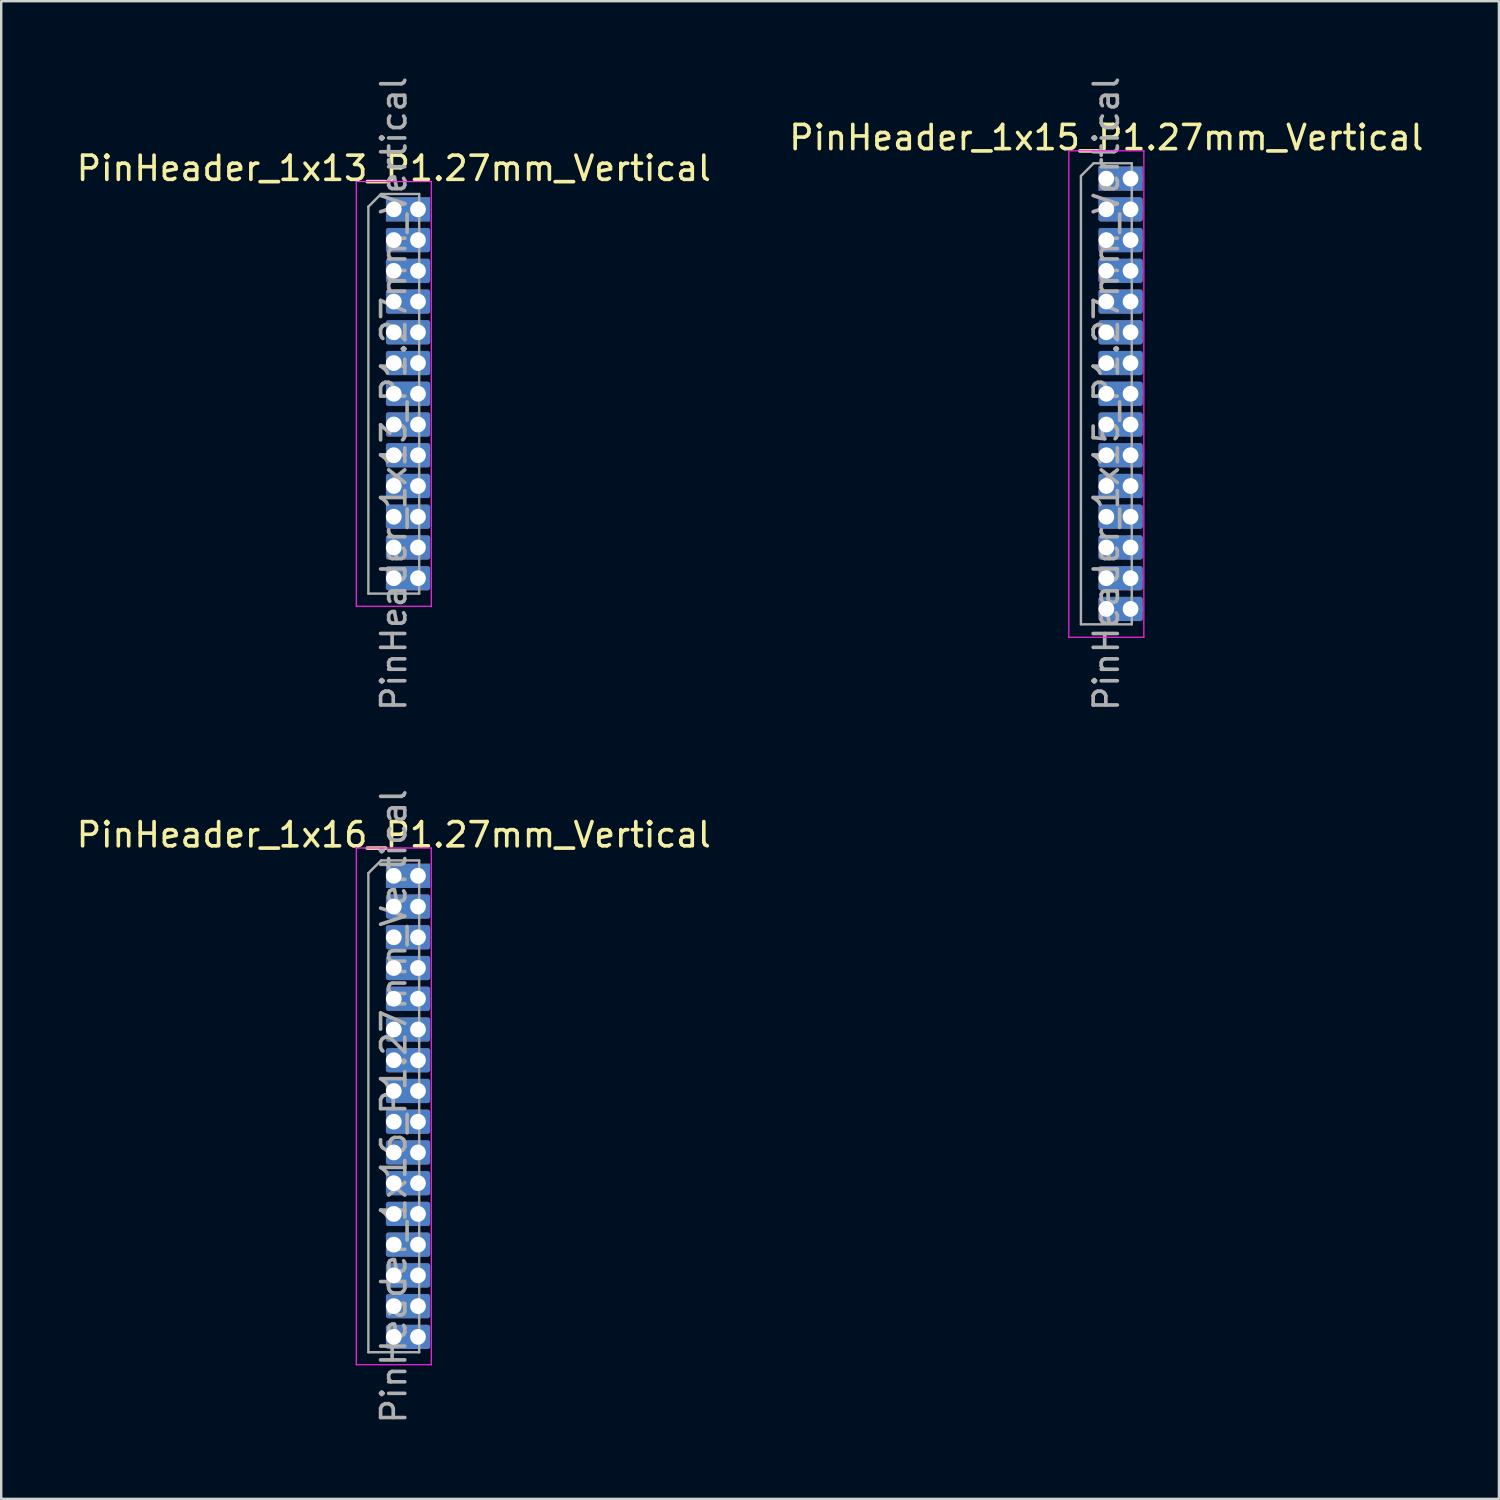
<source format=kicad_pcb>
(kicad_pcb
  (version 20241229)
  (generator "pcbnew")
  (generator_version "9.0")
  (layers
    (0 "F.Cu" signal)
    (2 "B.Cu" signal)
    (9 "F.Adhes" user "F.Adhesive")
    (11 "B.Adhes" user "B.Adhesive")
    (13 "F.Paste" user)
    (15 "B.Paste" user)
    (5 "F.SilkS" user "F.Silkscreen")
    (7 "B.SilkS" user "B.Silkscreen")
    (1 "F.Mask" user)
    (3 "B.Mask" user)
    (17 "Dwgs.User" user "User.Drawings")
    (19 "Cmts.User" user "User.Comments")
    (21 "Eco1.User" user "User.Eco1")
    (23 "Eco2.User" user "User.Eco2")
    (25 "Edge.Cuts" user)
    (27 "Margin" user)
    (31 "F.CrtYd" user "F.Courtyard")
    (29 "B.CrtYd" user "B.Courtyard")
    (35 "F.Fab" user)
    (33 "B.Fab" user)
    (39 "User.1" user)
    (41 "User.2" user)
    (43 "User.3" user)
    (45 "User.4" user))
  (footprint "PinHeader_1x16_P1.27mm_Vertical"
    (layer "F.Cu")
    (at 13.22 33.136)
    (property "Reference" "PinHeader_1x16_P1.27mm_Vertical" (at 0 -1.695 0) (layer "F.SilkS") (effects (font (size 1 1) (thickness 0.15))))
    (attr through_hole)
    (fp_line (start -1.55 -1.15) (end -1.55 20.2) (stroke (width 0.05) (type solid)) (layer "F.CrtYd"))
    (fp_line (start -1.55 20.2) (end 1.55 20.2) (stroke (width 0.05) (type solid)) (layer "F.CrtYd"))
    (fp_line (start 1.55 -1.15) (end -1.55 -1.15) (stroke (width 0.05) (type solid)) (layer "F.CrtYd"))
    (fp_line (start 1.55 20.2) (end 1.55 -1.15) (stroke (width 0.05) (type solid)) (layer "F.CrtYd"))
    (fp_line (start -1.05 -0.11) (end -0.525 -0.635) (stroke (width 0.1) (type solid)) (layer "F.Fab"))
    (fp_line (start -1.05 19.685) (end -1.05 -0.11) (stroke (width 0.1) (type solid)) (layer "F.Fab"))
    (fp_line (start -0.525 -0.635) (end 1.05 -0.635) (stroke (width 0.1) (type solid)) (layer "F.Fab"))
    (fp_line (start 1.05 -0.635) (end 1.05 19.685) (stroke (width 0.1) (type solid)) (layer "F.Fab"))
    (fp_line (start 1.05 19.685) (end -1.05 19.685) (stroke (width 0.1) (type solid)) (layer "F.Fab"))
    (fp_text user "${REFERENCE}" (at 0 9.525 90) (layer "F.Fab") (effects (font (size 1 1) (thickness 0.15))))
    (pad "1" thru_hole rect (at 0 0) (size 1.825 1) (drill 0.65 (offset 0.588 0)) (property pad_prop_castellated) (layers "*.Cu" "*.Mask"))
    (pad "1" thru_hole circle (at 1 0) (size 1 1) (drill 0.65) (layers "*.Cu" "*.Mask"))
    (pad "2" thru_hole roundrect (at 0 1.27) (size 1.825 1) (drill 0.65 (offset 0.588 0)) (property pad_prop_castellated) (layers "*.Cu" "*.Mask") (roundrect_rratio 0.1))
    (pad "2" thru_hole circle (at 1 1.27) (size 1 1) (drill 0.65) (layers "*.Cu" "*.Mask"))
    (pad "3" thru_hole roundrect (at 0 2.54) (size 1.825 1) (drill 0.65 (offset 0.588 0)) (property pad_prop_castellated) (layers "*.Cu" "*.Mask") (roundrect_rratio 0.1))
    (pad "3" thru_hole circle (at 1 2.54) (size 1 1) (drill 0.65) (layers "*.Cu" "*.Mask"))
    (pad "4" thru_hole roundrect (at 0 3.81) (size 1.825 1) (drill 0.65 (offset 0.588 0)) (property pad_prop_castellated) (layers "*.Cu" "*.Mask") (roundrect_rratio 0.1))
    (pad "4" thru_hole circle (at 1 3.81) (size 1 1) (drill 0.65) (layers "*.Cu" "*.Mask"))
    (pad "5" thru_hole roundrect (at 0 5.08) (size 1.825 1) (drill 0.65 (offset 0.588 0)) (property pad_prop_castellated) (layers "*.Cu" "*.Mask") (roundrect_rratio 0.1))
    (pad "5" thru_hole circle (at 1 5.08) (size 1 1) (drill 0.65) (layers "*.Cu" "*.Mask"))
    (pad "6" thru_hole roundrect (at 0 6.35) (size 1.825 1) (drill 0.65 (offset 0.588 0)) (property pad_prop_castellated) (layers "*.Cu" "*.Mask") (roundrect_rratio 0.1))
    (pad "6" thru_hole circle (at 1 6.35) (size 1 1) (drill 0.65) (layers "*.Cu" "*.Mask"))
    (pad "7" thru_hole roundrect (at 0 7.62) (size 1.825 1) (drill 0.65 (offset 0.588 0)) (property pad_prop_castellated) (layers "*.Cu" "*.Mask") (roundrect_rratio 0.1))
    (pad "7" thru_hole circle (at 1 7.62) (size 1 1) (drill 0.65) (layers "*.Cu" "*.Mask"))
    (pad "8" thru_hole roundrect (at 0 8.89) (size 1.825 1) (drill 0.65 (offset 0.588 0)) (property pad_prop_castellated) (layers "*.Cu" "*.Mask") (roundrect_rratio 0.1))
    (pad "8" thru_hole circle (at 1 8.89) (size 1 1) (drill 0.65) (layers "*.Cu" "*.Mask"))
    (pad "9" thru_hole roundrect (at 0 10.16) (size 1.825 1) (drill 0.65 (offset 0.588 0)) (property pad_prop_castellated) (layers "*.Cu" "*.Mask") (roundrect_rratio 0.1))
    (pad "9" thru_hole circle (at 1 10.16) (size 1 1) (drill 0.65) (layers "*.Cu" "*.Mask"))
    (pad "10" thru_hole roundrect (at 0 11.43) (size 1.825 1) (drill 0.65 (offset 0.588 0)) (property pad_prop_castellated) (layers "*.Cu" "*.Mask") (roundrect_rratio 0.1))
    (pad "10" thru_hole circle (at 1 11.43) (size 1 1) (drill 0.65) (layers "*.Cu" "*.Mask"))
    (pad "11" thru_hole roundrect (at 0 12.7) (size 1.825 1) (drill 0.65 (offset 0.588 0)) (property pad_prop_castellated) (layers "*.Cu" "*.Mask") (roundrect_rratio 0.1))
    (pad "11" thru_hole circle (at 1 12.7) (size 1 1) (drill 0.65) (layers "*.Cu" "*.Mask"))
    (pad "12" thru_hole roundrect (at 0 13.97) (size 1.825 1) (drill 0.65 (offset 0.588 0)) (property pad_prop_castellated) (layers "*.Cu" "*.Mask") (roundrect_rratio 0.1))
    (pad "12" thru_hole circle (at 1 13.97) (size 1 1) (drill 0.65) (layers "*.Cu" "*.Mask"))
    (pad "13" thru_hole roundrect (at 0 15.24) (size 1.825 1) (drill 0.65 (offset 0.588 0)) (property pad_prop_castellated) (layers "*.Cu" "*.Mask") (roundrect_rratio 0.1))
    (pad "13" thru_hole circle (at 1 15.24) (size 1 1) (drill 0.65) (layers "*.Cu" "*.Mask"))
    (pad "14" thru_hole roundrect (at 0 16.51) (size 1.825 1) (drill 0.65 (offset 0.588 0)) (property pad_prop_castellated) (layers "*.Cu" "*.Mask") (roundrect_rratio 0.1))
    (pad "14" thru_hole circle (at 1 16.51) (size 1 1) (drill 0.65) (layers "*.Cu" "*.Mask"))
    (pad "15" thru_hole roundrect (at 0 17.78) (size 1.825 1) (drill 0.65 (offset 0.588 0)) (property pad_prop_castellated) (layers "*.Cu" "*.Mask") (roundrect_rratio 0.1))
    (pad "15" thru_hole circle (at 1 17.78) (size 1 1) (drill 0.65) (layers "*.Cu" "*.Mask"))
    (pad "16" thru_hole roundrect (at 0 19.05) (size 1.825 1) (drill 0.65 (offset 0.588 0)) (property pad_prop_castellated) (layers "*.Cu" "*.Mask") (roundrect_rratio 0.1))
    (pad "16" thru_hole circle (at 1 19.05) (size 1 1) (drill 0.65) (layers "*.Cu" "*.Mask")))
  (footprint "PinHeader_1x15_P1.27mm_Vertical"
    (layer "F.Cu")
    (at 42.661 4.33)
    (property "Reference" "PinHeader_1x15_P1.27mm_Vertical" (at 0 -1.695 0) (layer "F.SilkS") (effects (font (size 1 1) (thickness 0.15))))
    (attr through_hole)
    (fp_line (start -1.55 -1.15) (end -1.55 18.95) (stroke (width 0.05) (type solid)) (layer "F.CrtYd"))
    (fp_line (start -1.55 18.95) (end 1.55 18.95) (stroke (width 0.05) (type solid)) (layer "F.CrtYd"))
    (fp_line (start 1.55 -1.15) (end -1.55 -1.15) (stroke (width 0.05) (type solid)) (layer "F.CrtYd"))
    (fp_line (start 1.55 18.95) (end 1.55 -1.15) (stroke (width 0.05) (type solid)) (layer "F.CrtYd"))
    (fp_line (start -1.05 -0.11) (end -0.525 -0.635) (stroke (width 0.1) (type solid)) (layer "F.Fab"))
    (fp_line (start -1.05 18.415) (end -1.05 -0.11) (stroke (width 0.1) (type solid)) (layer "F.Fab"))
    (fp_line (start -0.525 -0.635) (end 1.05 -0.635) (stroke (width 0.1) (type solid)) (layer "F.Fab"))
    (fp_line (start 1.05 -0.635) (end 1.05 18.415) (stroke (width 0.1) (type solid)) (layer "F.Fab"))
    (fp_line (start 1.05 18.415) (end -1.05 18.415) (stroke (width 0.1) (type solid)) (layer "F.Fab"))
    (fp_text user "${REFERENCE}" (at 0 8.89 90) (layer "F.Fab") (effects (font (size 1 1) (thickness 0.15))))
    (pad "1" thru_hole rect (at 0 0) (size 1.825 1) (drill 0.65 (offset 0.588 0)) (property pad_prop_castellated) (layers "*.Cu" "*.Mask"))
    (pad "1" thru_hole circle (at 1 0) (size 1 1) (drill 0.65) (layers "*.Cu" "*.Mask"))
    (pad "2" thru_hole roundrect (at 0 1.27) (size 1.825 1) (drill 0.65 (offset 0.588 0)) (property pad_prop_castellated) (layers "*.Cu" "*.Mask") (roundrect_rratio 0.1))
    (pad "2" thru_hole circle (at 1 1.27) (size 1 1) (drill 0.65) (layers "*.Cu" "*.Mask"))
    (pad "3" thru_hole roundrect (at 0 2.54) (size 1.825 1) (drill 0.65 (offset 0.588 0)) (property pad_prop_castellated) (layers "*.Cu" "*.Mask") (roundrect_rratio 0.1))
    (pad "3" thru_hole circle (at 1 2.54) (size 1 1) (drill 0.65) (layers "*.Cu" "*.Mask"))
    (pad "4" thru_hole roundrect (at 0 3.81) (size 1.825 1) (drill 0.65 (offset 0.588 0)) (property pad_prop_castellated) (layers "*.Cu" "*.Mask") (roundrect_rratio 0.1))
    (pad "4" thru_hole circle (at 1 3.81) (size 1 1) (drill 0.65) (layers "*.Cu" "*.Mask"))
    (pad "5" thru_hole roundrect (at 0 5.08) (size 1.825 1) (drill 0.65 (offset 0.588 0)) (property pad_prop_castellated) (layers "*.Cu" "*.Mask") (roundrect_rratio 0.1))
    (pad "5" thru_hole circle (at 1 5.08) (size 1 1) (drill 0.65) (layers "*.Cu" "*.Mask"))
    (pad "6" thru_hole roundrect (at 0 6.35) (size 1.825 1) (drill 0.65 (offset 0.588 0)) (property pad_prop_castellated) (layers "*.Cu" "*.Mask") (roundrect_rratio 0.1))
    (pad "6" thru_hole circle (at 1 6.35) (size 1 1) (drill 0.65) (layers "*.Cu" "*.Mask"))
    (pad "7" thru_hole roundrect (at 0 7.62) (size 1.825 1) (drill 0.65 (offset 0.588 0)) (property pad_prop_castellated) (layers "*.Cu" "*.Mask") (roundrect_rratio 0.1))
    (pad "7" thru_hole circle (at 1 7.62) (size 1 1) (drill 0.65) (layers "*.Cu" "*.Mask"))
    (pad "8" thru_hole roundrect (at 0 8.89) (size 1.825 1) (drill 0.65 (offset 0.588 0)) (property pad_prop_castellated) (layers "*.Cu" "*.Mask") (roundrect_rratio 0.1))
    (pad "8" thru_hole circle (at 1 8.89) (size 1 1) (drill 0.65) (layers "*.Cu" "*.Mask"))
    (pad "9" thru_hole roundrect (at 0 10.16) (size 1.825 1) (drill 0.65 (offset 0.588 0)) (property pad_prop_castellated) (layers "*.Cu" "*.Mask") (roundrect_rratio 0.1))
    (pad "9" thru_hole circle (at 1 10.16) (size 1 1) (drill 0.65) (layers "*.Cu" "*.Mask"))
    (pad "10" thru_hole roundrect (at 0 11.43) (size 1.825 1) (drill 0.65 (offset 0.588 0)) (property pad_prop_castellated) (layers "*.Cu" "*.Mask") (roundrect_rratio 0.1))
    (pad "10" thru_hole circle (at 1 11.43) (size 1 1) (drill 0.65) (layers "*.Cu" "*.Mask"))
    (pad "11" thru_hole roundrect (at 0 12.7) (size 1.825 1) (drill 0.65 (offset 0.588 0)) (property pad_prop_castellated) (layers "*.Cu" "*.Mask") (roundrect_rratio 0.1))
    (pad "11" thru_hole circle (at 1 12.7) (size 1 1) (drill 0.65) (layers "*.Cu" "*.Mask"))
    (pad "12" thru_hole roundrect (at 0 13.97) (size 1.825 1) (drill 0.65 (offset 0.588 0)) (property pad_prop_castellated) (layers "*.Cu" "*.Mask") (roundrect_rratio 0.1))
    (pad "12" thru_hole circle (at 1 13.97) (size 1 1) (drill 0.65) (layers "*.Cu" "*.Mask"))
    (pad "13" thru_hole roundrect (at 0 15.24) (size 1.825 1) (drill 0.65 (offset 0.588 0)) (property pad_prop_castellated) (layers "*.Cu" "*.Mask") (roundrect_rratio 0.1))
    (pad "13" thru_hole circle (at 1 15.24) (size 1 1) (drill 0.65) (layers "*.Cu" "*.Mask"))
    (pad "14" thru_hole roundrect (at 0 16.51) (size 1.825 1) (drill 0.65 (offset 0.588 0)) (property pad_prop_castellated) (layers "*.Cu" "*.Mask") (roundrect_rratio 0.1))
    (pad "14" thru_hole circle (at 1 16.51) (size 1 1) (drill 0.65) (layers "*.Cu" "*.Mask"))
    (pad "15" thru_hole roundrect (at 0 17.78) (size 1.825 1) (drill 0.65 (offset 0.588 0)) (property pad_prop_castellated) (layers "*.Cu" "*.Mask") (roundrect_rratio 0.1))
    (pad "15" thru_hole circle (at 1 17.78) (size 1 1) (drill 0.65) (layers "*.Cu" "*.Mask")))
  (footprint "PinHeader_1x13_P1.27mm_Vertical"
    (layer "F.Cu")
    (at 13.22 5.6)
    (property "Reference" "PinHeader_1x13_P1.27mm_Vertical" (at 0 -1.695 0) (layer "F.SilkS") (effects (font (size 1 1) (thickness 0.15))))
    (attr through_hole)
    (fp_line (start -1.55 -1.15) (end -1.55 16.4) (stroke (width 0.05) (type solid)) (layer "F.CrtYd"))
    (fp_line (start -1.55 16.4) (end 1.55 16.4) (stroke (width 0.05) (type solid)) (layer "F.CrtYd"))
    (fp_line (start 1.55 -1.15) (end -1.55 -1.15) (stroke (width 0.05) (type solid)) (layer "F.CrtYd"))
    (fp_line (start 1.55 16.4) (end 1.55 -1.15) (stroke (width 0.05) (type solid)) (layer "F.CrtYd"))
    (fp_line (start -1.05 -0.11) (end -0.525 -0.635) (stroke (width 0.1) (type solid)) (layer "F.Fab"))
    (fp_line (start -1.05 15.875) (end -1.05 -0.11) (stroke (width 0.1) (type solid)) (layer "F.Fab"))
    (fp_line (start -0.525 -0.635) (end 1.05 -0.635) (stroke (width 0.1) (type solid)) (layer "F.Fab"))
    (fp_line (start 1.05 -0.635) (end 1.05 15.875) (stroke (width 0.1) (type solid)) (layer "F.Fab"))
    (fp_line (start 1.05 15.875) (end -1.05 15.875) (stroke (width 0.1) (type solid)) (layer "F.Fab"))
    (fp_text user "${REFERENCE}" (at 0 7.62 90) (layer "F.Fab") (effects (font (size 1 1) (thickness 0.15))))
    (pad "1" thru_hole rect (at 0 0) (size 1.825 1) (drill 0.65 (offset 0.588 0)) (property pad_prop_castellated) (layers "*.Cu" "*.Mask"))
    (pad "1" thru_hole circle (at 1 0) (size 1 1) (drill 0.65) (layers "*.Cu" "*.Mask"))
    (pad "2" thru_hole roundrect (at 0 1.27) (size 1.825 1) (drill 0.65 (offset 0.588 0)) (property pad_prop_castellated) (layers "*.Cu" "*.Mask") (roundrect_rratio 0.1))
    (pad "2" thru_hole circle (at 1 1.27) (size 1 1) (drill 0.65) (layers "*.Cu" "*.Mask"))
    (pad "3" thru_hole roundrect (at 0 2.54) (size 1.825 1) (drill 0.65 (offset 0.588 0)) (property pad_prop_castellated) (layers "*.Cu" "*.Mask") (roundrect_rratio 0.1))
    (pad "3" thru_hole circle (at 1 2.54) (size 1 1) (drill 0.65) (layers "*.Cu" "*.Mask"))
    (pad "4" thru_hole roundrect (at 0 3.81) (size 1.825 1) (drill 0.65 (offset 0.588 0)) (property pad_prop_castellated) (layers "*.Cu" "*.Mask") (roundrect_rratio 0.1))
    (pad "4" thru_hole circle (at 1 3.81) (size 1 1) (drill 0.65) (layers "*.Cu" "*.Mask"))
    (pad "5" thru_hole roundrect (at 0 5.08) (size 1.825 1) (drill 0.65 (offset 0.588 0)) (property pad_prop_castellated) (layers "*.Cu" "*.Mask") (roundrect_rratio 0.1))
    (pad "5" thru_hole circle (at 1 5.08) (size 1 1) (drill 0.65) (layers "*.Cu" "*.Mask"))
    (pad "6" thru_hole roundrect (at 0 6.35) (size 1.825 1) (drill 0.65 (offset 0.588 0)) (property pad_prop_castellated) (layers "*.Cu" "*.Mask") (roundrect_rratio 0.1))
    (pad "6" thru_hole circle (at 1 6.35) (size 1 1) (drill 0.65) (layers "*.Cu" "*.Mask"))
    (pad "7" thru_hole roundrect (at 0 7.62) (size 1.825 1) (drill 0.65 (offset 0.588 0)) (property pad_prop_castellated) (layers "*.Cu" "*.Mask") (roundrect_rratio 0.1))
    (pad "7" thru_hole circle (at 1 7.62) (size 1 1) (drill 0.65) (layers "*.Cu" "*.Mask"))
    (pad "8" thru_hole roundrect (at 0 8.89) (size 1.825 1) (drill 0.65 (offset 0.588 0)) (property pad_prop_castellated) (layers "*.Cu" "*.Mask") (roundrect_rratio 0.1))
    (pad "8" thru_hole circle (at 1 8.89) (size 1 1) (drill 0.65) (layers "*.Cu" "*.Mask"))
    (pad "9" thru_hole roundrect (at 0 10.16) (size 1.825 1) (drill 0.65 (offset 0.588 0)) (property pad_prop_castellated) (layers "*.Cu" "*.Mask") (roundrect_rratio 0.1))
    (pad "9" thru_hole circle (at 1 10.16) (size 1 1) (drill 0.65) (layers "*.Cu" "*.Mask"))
    (pad "10" thru_hole roundrect (at 0 11.43) (size 1.825 1) (drill 0.65 (offset 0.588 0)) (property pad_prop_castellated) (layers "*.Cu" "*.Mask") (roundrect_rratio 0.1))
    (pad "10" thru_hole circle (at 1 11.43) (size 1 1) (drill 0.65) (layers "*.Cu" "*.Mask"))
    (pad "11" thru_hole roundrect (at 0 12.7) (size 1.825 1) (drill 0.65 (offset 0.588 0)) (property pad_prop_castellated) (layers "*.Cu" "*.Mask") (roundrect_rratio 0.1))
    (pad "11" thru_hole circle (at 1 12.7) (size 1 1) (drill 0.65) (layers "*.Cu" "*.Mask"))
    (pad "12" thru_hole roundrect (at 0 13.97) (size 1.825 1) (drill 0.65 (offset 0.588 0)) (property pad_prop_castellated) (layers "*.Cu" "*.Mask") (roundrect_rratio 0.1))
    (pad "12" thru_hole circle (at 1 13.97) (size 1 1) (drill 0.65) (layers "*.Cu" "*.Mask"))
    (pad "13" thru_hole roundrect (at 0 15.24) (size 1.825 1) (drill 0.65 (offset 0.588 0)) (property pad_prop_castellated) (layers "*.Cu" "*.Mask") (roundrect_rratio 0.1))
    (pad "13" thru_hole circle (at 1 15.24) (size 1 1) (drill 0.65) (layers "*.Cu" "*.Mask")))
  (gr_rect
    (start -3 -3)
    (end 58.881 58.881)
    (stroke (width 0.1) (type default))
    (fill no)
    (layer "Edge.Cuts")))
</source>
